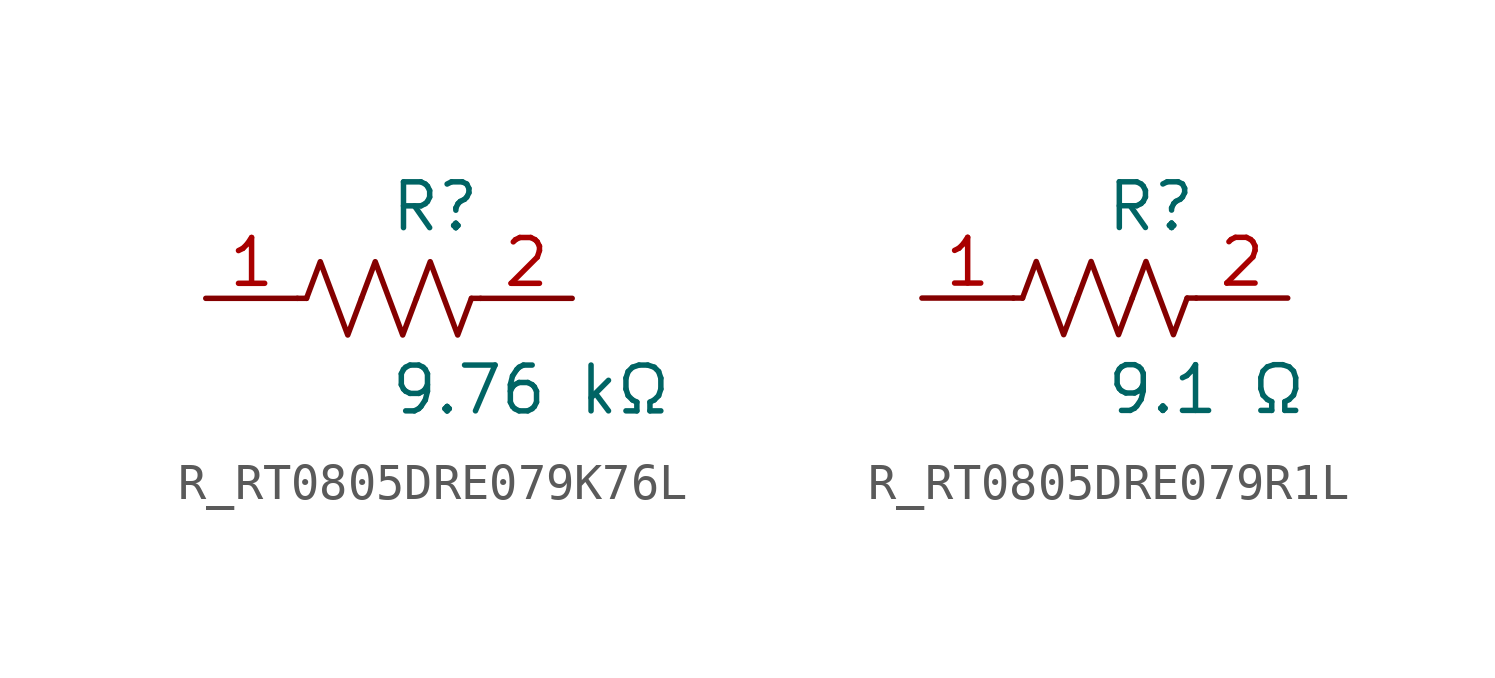
<source format=kicad_sym>
(kicad_symbol_lib
  (version 20231120)
  (generator kicad_symbol_editor)
  (generator_version 8.0)
  (symbol "R_RT0805DRE079K76L"
    (pin_names
      (offset 0.254))
    (property "Reference" "R"
      (at 0 2.54 0)
      (effects (font (size 1.27 1.27)) (justify left)))
    (property "Value" "9.76 kΩ"
      (at 0 -2.54 0)
      (effects (font (size 1.27 1.27)) (justify left)))
    (symbol "R_RT0805DRE079K76L_0_1"
      (polyline (pts (xy 2.286 0) (xy 2.54 0)) (stroke (width 0) (type default)) (fill (type none)))
      (polyline (pts (xy -2.286 0) (xy -2.54 0)) (stroke (width 0) (type default)) (fill (type none)))
      (polyline (pts (xy 0.762 0) (xy 1.143 1.016) (xy 1.524 0) (xy 1.905 -1.016) (xy 2.286 0)) (stroke (width 0) (type default)) (fill (type none)))
      (polyline (pts (xy -0.762 0) (xy -0.381 1.016) (xy 0 0) (xy 0.381 -1.016) (xy 0.762 0)) (stroke (width 0) (type default)) (fill (type none)))
      (polyline (pts (xy -2.286 0) (xy -1.905 1.016) (xy -1.524 0) (xy -1.143 -1.016) (xy -0.762 0)) (stroke (width 0) (type default)) (fill (type none))))
    (pin passive line
      (at -5.08 0 0)
      (length 2.54)
      (name "" (effects (font (size 1.27 1.27))))
      (number "1" (effects (font (size 1.27 1.27)))))
    (pin passive line
      (at 5.08 0 180)
      (length 2.54)
      (name "" (effects (font (size 1.27 1.27))))
      (number "2" (effects (font (size 1.27 1.27))))))
  (symbol "R_RT0805DRE079R1L"
    (pin_names
      (offset 0.254))
    (property "Reference" "R"
      (at 0 2.54 0)
      (effects (font (size 1.27 1.27)) (justify left)))
    (property "Value" "9.1 Ω"
      (at 0 -2.54 0)
      (effects (font (size 1.27 1.27)) (justify left)))
    (symbol "R_RT0805DRE079R1L_0_1"
      (polyline (pts (xy 2.286 0) (xy 2.54 0)) (stroke (width 0) (type default)) (fill (type none)))
      (polyline (pts (xy -2.286 0) (xy -2.54 0)) (stroke (width 0) (type default)) (fill (type none)))
      (polyline (pts (xy 0.762 0) (xy 1.143 1.016) (xy 1.524 0) (xy 1.905 -1.016) (xy 2.286 0)) (stroke (width 0) (type default)) (fill (type none)))
      (polyline (pts (xy -0.762 0) (xy -0.381 1.016) (xy 0 0) (xy 0.381 -1.016) (xy 0.762 0)) (stroke (width 0) (type default)) (fill (type none)))
      (polyline (pts (xy -2.286 0) (xy -1.905 1.016) (xy -1.524 0) (xy -1.143 -1.016) (xy -0.762 0)) (stroke (width 0) (type default)) (fill (type none))))
    (pin passive line
      (at -5.08 0 0)
      (length 2.54)
      (name "" (effects (font (size 1.27 1.27))))
      (number "1" (effects (font (size 1.27 1.27)))))
    (pin passive line
      (at 5.08 0 180)
      (length 2.54)
      (name "" (effects (font (size 1.27 1.27))))
      (number "2" (effects (font (size 1.27 1.27)))))))
</source>
